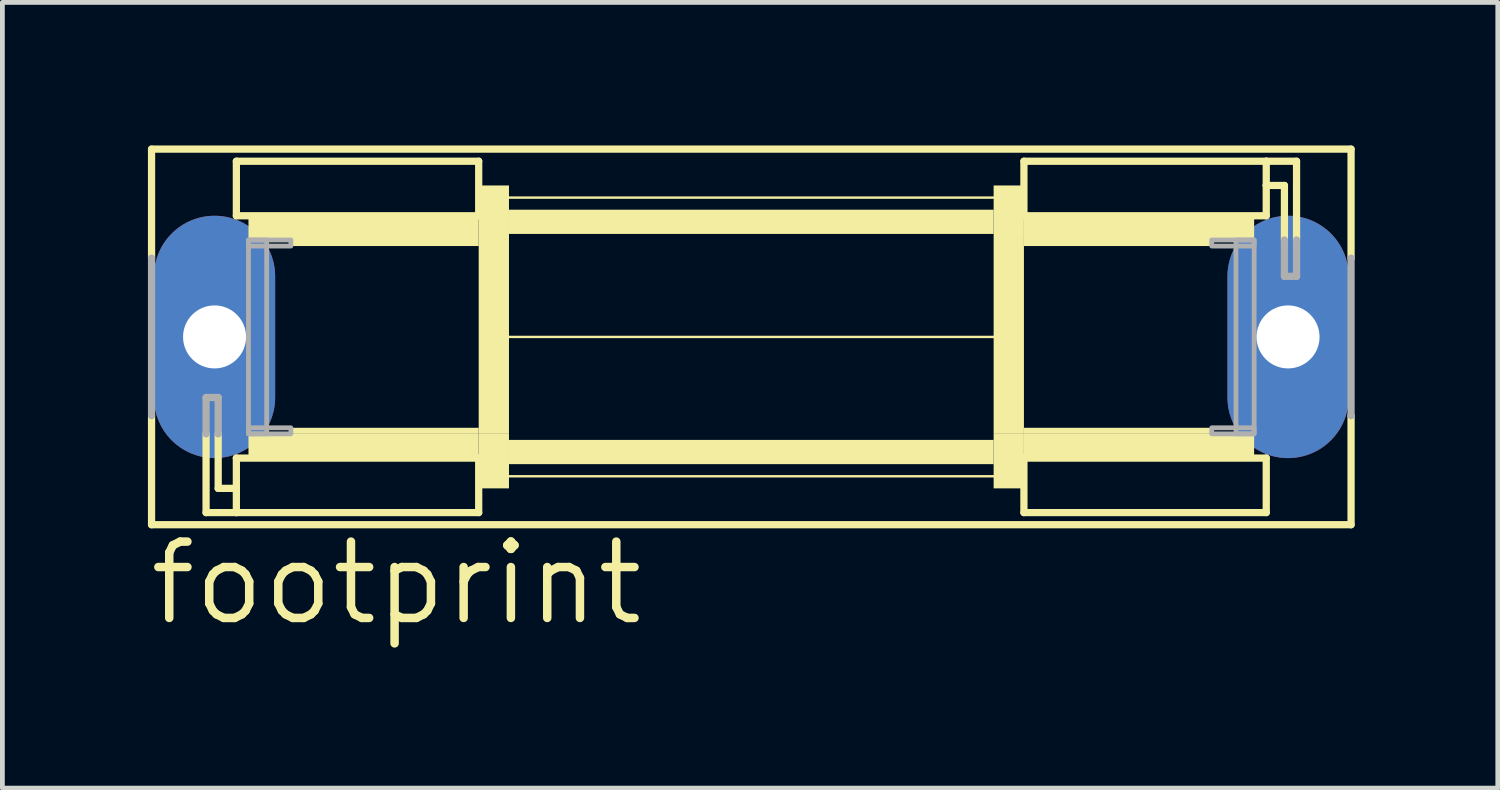
<source format=kicad_pcb>
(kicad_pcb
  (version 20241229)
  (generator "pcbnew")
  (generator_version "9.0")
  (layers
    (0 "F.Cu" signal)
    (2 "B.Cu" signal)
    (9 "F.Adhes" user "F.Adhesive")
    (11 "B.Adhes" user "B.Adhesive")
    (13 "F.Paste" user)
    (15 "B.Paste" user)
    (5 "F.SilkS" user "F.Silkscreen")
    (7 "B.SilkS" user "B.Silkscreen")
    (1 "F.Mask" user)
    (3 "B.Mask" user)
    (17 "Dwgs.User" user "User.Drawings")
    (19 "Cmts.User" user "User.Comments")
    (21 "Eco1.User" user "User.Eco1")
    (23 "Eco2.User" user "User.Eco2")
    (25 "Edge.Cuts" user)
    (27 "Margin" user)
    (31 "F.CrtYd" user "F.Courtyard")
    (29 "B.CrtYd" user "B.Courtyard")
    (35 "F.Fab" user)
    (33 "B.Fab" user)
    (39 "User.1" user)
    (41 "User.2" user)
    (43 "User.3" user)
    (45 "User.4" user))
  (footprint "footprint"
    (layer "F.Cu")
    (at 12.7 4.013)
    (property "Reference" "footprint" (at -12.7 6.096 0) (layer "F.SilkS") (effects (font (size 1.6 1.6) (thickness 0.178)) (justify left bottom)))
    (fp_line (start -12.573 -3.937) (end -12.573 -1.651) (stroke (width 0.152) (type solid)) (layer "F.SilkS"))
    (fp_line (start -12.573 1.651) (end -12.573 3.937) (stroke (width 0.152) (type solid)) (layer "F.SilkS"))
    (fp_line (start -12.573 3.937) (end 12.573 3.937) (stroke (width 0.152) (type solid)) (layer "F.SilkS"))
    (fp_line (start -11.43 3.683) (end -11.43 2.032) (stroke (width 0.152) (type solid)) (layer "F.SilkS"))
    (fp_line (start -11.176 2.032) (end -11.176 3.175) (stroke (width 0.152) (type solid)) (layer "F.SilkS"))
    (fp_line (start -11.176 3.175) (end -10.795 3.175) (stroke (width 0.152) (type solid)) (layer "F.SilkS"))
    (fp_line (start -10.795 -3.683) (end -10.795 -2.54) (stroke (width 0.152) (type solid)) (layer "F.SilkS"))
    (fp_line (start -10.795 -3.683) (end -5.715 -3.683) (stroke (width 0.152) (type solid)) (layer "F.SilkS"))
    (fp_line (start -10.795 -2.54) (end -5.715 -2.54) (stroke (width 0.152) (type solid)) (layer "F.SilkS"))
    (fp_line (start -10.795 2.54) (end -5.715 2.54) (stroke (width 0.152) (type solid)) (layer "F.SilkS"))
    (fp_line (start -10.795 3.175) (end -10.795 2.54) (stroke (width 0.152) (type solid)) (layer "F.SilkS"))
    (fp_line (start -10.795 3.683) (end -11.43 3.683) (stroke (width 0.152) (type solid)) (layer "F.SilkS"))
    (fp_line (start -10.795 3.683) (end -10.795 3.175) (stroke (width 0.152) (type solid)) (layer "F.SilkS"))
    (fp_line (start -5.715 -2.54) (end -5.715 -3.683) (stroke (width 0.152) (type solid)) (layer "F.SilkS"))
    (fp_line (start -5.715 3.683) (end -10.795 3.683) (stroke (width 0.152) (type solid)) (layer "F.SilkS"))
    (fp_line (start -5.715 3.683) (end -5.715 2.54) (stroke (width 0.152) (type solid)) (layer "F.SilkS"))
    (fp_line (start -5.207 0) (end 5.207 0) (stroke (width 0.051) (type solid)) (layer "F.SilkS"))
    (fp_line (start -5.08 -2.921) (end 5.08 -2.921) (stroke (width 0.051) (type solid)) (layer "F.SilkS"))
    (fp_line (start -5.08 2.921) (end 5.08 2.921) (stroke (width 0.051) (type solid)) (layer "F.SilkS"))
    (fp_line (start 5.715 -3.683) (end 5.715 -2.54) (stroke (width 0.152) (type solid)) (layer "F.SilkS"))
    (fp_line (start 5.715 -3.683) (end 10.795 -3.683) (stroke (width 0.152) (type solid)) (layer "F.SilkS"))
    (fp_line (start 5.715 2.54) (end 5.715 3.683) (stroke (width 0.152) (type solid)) (layer "F.SilkS"))
    (fp_line (start 10.795 -3.683) (end 10.795 -3.175) (stroke (width 0.152) (type solid)) (layer "F.SilkS"))
    (fp_line (start 10.795 -3.683) (end 11.43 -3.683) (stroke (width 0.152) (type solid)) (layer "F.SilkS"))
    (fp_line (start 10.795 -3.175) (end 10.795 -2.54) (stroke (width 0.152) (type solid)) (layer "F.SilkS"))
    (fp_line (start 10.795 -2.54) (end 5.715 -2.54) (stroke (width 0.152) (type solid)) (layer "F.SilkS"))
    (fp_line (start 10.795 2.54) (end 5.715 2.54) (stroke (width 0.152) (type solid)) (layer "F.SilkS"))
    (fp_line (start 10.795 3.683) (end 5.715 3.683) (stroke (width 0.152) (type solid)) (layer "F.SilkS"))
    (fp_line (start 10.795 3.683) (end 10.795 2.54) (stroke (width 0.152) (type solid)) (layer "F.SilkS"))
    (fp_line (start 11.176 -3.175) (end 10.795 -3.175) (stroke (width 0.152) (type solid)) (layer "F.SilkS"))
    (fp_line (start 11.176 -2.032) (end 11.176 -3.175) (stroke (width 0.152) (type solid)) (layer "F.SilkS"))
    (fp_line (start 11.43 -3.683) (end 11.43 -2.032) (stroke (width 0.152) (type solid)) (layer "F.SilkS"))
    (fp_line (start 12.573 -3.937) (end -12.573 -3.937) (stroke (width 0.152) (type solid)) (layer "F.SilkS"))
    (fp_line (start 12.573 -3.937) (end 12.573 -1.651) (stroke (width 0.152) (type solid)) (layer "F.SilkS"))
    (fp_line (start 12.573 1.651) (end 12.573 3.937) (stroke (width 0.152) (type solid)) (layer "F.SilkS"))
    (fp_poly (pts (xy -10.541 -2.032) (xy -5.715 -2.032) (xy -5.715 -2.54) (xy -10.541 -2.54)) (stroke (width 0) (type solid)) (fill yes) (layer "F.SilkS"))
    (fp_poly (pts (xy -10.541 2.54) (xy -5.715 2.54) (xy -5.715 2.032) (xy -10.541 2.032)) (stroke (width 0) (type solid)) (fill yes) (layer "F.SilkS"))
    (fp_poly (pts (xy -9.652 -1.905) (xy -5.715 -1.905) (xy -5.715 -2.032) (xy -9.652 -2.032)) (stroke (width 0) (type solid)) (fill yes) (layer "F.SilkS"))
    (fp_poly (pts (xy -9.652 2.032) (xy -5.715 2.032) (xy -5.715 1.905) (xy -9.652 1.905)) (stroke (width 0) (type solid)) (fill yes) (layer "F.SilkS"))
    (fp_poly (pts (xy -5.715 -2.032) (xy -5.08 -2.032) (xy -5.08 -3.175) (xy -5.715 -3.175)) (stroke (width 0) (type solid)) (fill yes) (layer "F.SilkS"))
    (fp_poly (pts (xy -5.715 2.032) (xy -5.08 2.032) (xy -5.08 -2.032) (xy -5.715 -2.032)) (stroke (width 0) (type solid)) (fill yes) (layer "F.SilkS"))
    (fp_poly (pts (xy -5.715 3.175) (xy -5.08 3.175) (xy -5.08 2.032) (xy -5.715 2.032)) (stroke (width 0) (type solid)) (fill yes) (layer "F.SilkS"))
    (fp_poly (pts (xy -5.08 -2.159) (xy 5.08 -2.159) (xy 5.08 -2.667) (xy -5.08 -2.667)) (stroke (width 0) (type solid)) (fill yes) (layer "F.SilkS"))
    (fp_poly (pts (xy -5.08 2.667) (xy 5.08 2.667) (xy 5.08 2.159) (xy -5.08 2.159)) (stroke (width 0) (type solid)) (fill yes) (layer "F.SilkS"))
    (fp_poly (pts (xy 5.08 -2.032) (xy 5.715 -2.032) (xy 5.715 -3.175) (xy 5.08 -3.175)) (stroke (width 0) (type solid)) (fill yes) (layer "F.SilkS"))
    (fp_poly (pts (xy 5.08 2.032) (xy 5.715 2.032) (xy 5.715 -2.032) (xy 5.08 -2.032)) (stroke (width 0) (type solid)) (fill yes) (layer "F.SilkS"))
    (fp_poly (pts (xy 5.08 3.175) (xy 5.715 3.175) (xy 5.715 2.032) (xy 5.08 2.032)) (stroke (width 0) (type solid)) (fill yes) (layer "F.SilkS"))
    (fp_poly (pts (xy 5.715 -2.032) (xy 10.541 -2.032) (xy 10.541 -2.54) (xy 5.715 -2.54)) (stroke (width 0) (type solid)) (fill yes) (layer "F.SilkS"))
    (fp_poly (pts (xy 5.715 -1.905) (xy 9.652 -1.905) (xy 9.652 -2.032) (xy 5.715 -2.032)) (stroke (width 0) (type solid)) (fill yes) (layer "F.SilkS"))
    (fp_poly (pts (xy 5.715 2.032) (xy 9.652 2.032) (xy 9.652 1.905) (xy 5.715 1.905)) (stroke (width 0) (type solid)) (fill yes) (layer "F.SilkS"))
    (fp_poly (pts (xy 5.715 2.54) (xy 10.541 2.54) (xy 10.541 2.032) (xy 5.715 2.032)) (stroke (width 0) (type solid)) (fill yes) (layer "F.SilkS"))
    (fp_line (start -12.573 1.651) (end -12.573 -1.651) (stroke (width 0.152) (type solid)) (layer "F.Fab"))
    (fp_line (start -11.43 1.27) (end -11.176 1.27) (stroke (width 0.152) (type solid)) (layer "F.Fab"))
    (fp_line (start -11.43 2.032) (end -11.43 1.27) (stroke (width 0.152) (type solid)) (layer "F.Fab"))
    (fp_line (start -11.176 1.27) (end -11.176 2.032) (stroke (width 0.152) (type solid)) (layer "F.Fab"))
    (fp_line (start 11.176 -1.27) (end 11.176 -2.032) (stroke (width 0.152) (type solid)) (layer "F.Fab"))
    (fp_line (start 11.43 -2.032) (end 11.43 -1.27) (stroke (width 0.152) (type solid)) (layer "F.Fab"))
    (fp_line (start 11.43 -1.27) (end 11.176 -1.27) (stroke (width 0.152) (type solid)) (layer "F.Fab"))
    (fp_line (start 12.573 1.651) (end 12.573 -1.651) (stroke (width 0.152) (type solid)) (layer "F.Fab"))
    (fp_poly (pts (xy -10.541 -1.905) (xy -9.652 -1.905) (xy -9.652 -2.032) (xy -10.541 -2.032)) (stroke (width 0.1) (type solid)) (fill no) (layer "F.Fab"))
    (fp_poly (pts (xy -10.541 2.032) (xy -10.16 2.032) (xy -10.16 -2.032) (xy -10.541 -2.032)) (stroke (width 0.1) (type solid)) (fill no) (layer "F.Fab"))
    (fp_poly (pts (xy -10.541 2.032) (xy -9.652 2.032) (xy -9.652 1.905) (xy -10.541 1.905)) (stroke (width 0.1) (type solid)) (fill no) (layer "F.Fab"))
    (fp_poly (pts (xy 9.652 -1.905) (xy 10.541 -1.905) (xy 10.541 -2.032) (xy 9.652 -2.032)) (stroke (width 0.1) (type solid)) (fill no) (layer "F.Fab"))
    (fp_poly (pts (xy 9.652 2.032) (xy 10.541 2.032) (xy 10.541 1.905) (xy 9.652 1.905)) (stroke (width 0.1) (type solid)) (fill no) (layer "F.Fab"))
    (fp_poly (pts (xy 10.16 2.032) (xy 10.541 2.032) (xy 10.541 -2.032) (xy 10.16 -2.032)) (stroke (width 0.1) (type solid)) (fill no) (layer "F.Fab"))
    (pad "1" thru_hole oval (at -11.252 0 90) (size 5.08 2.54) (drill 1.321) (layers "*.Cu" "*.Mask"))
    (pad "2" thru_hole oval (at 11.252 0 90) (size 5.08 2.54) (drill 1.321) (layers "*.Cu" "*.Mask")))
  (gr_rect
    (start -3 -3)
    (end 28.349 13.472)
    (stroke (width 0.1) (type default))
    (fill no)
    (layer "Edge.Cuts")))
</source>
